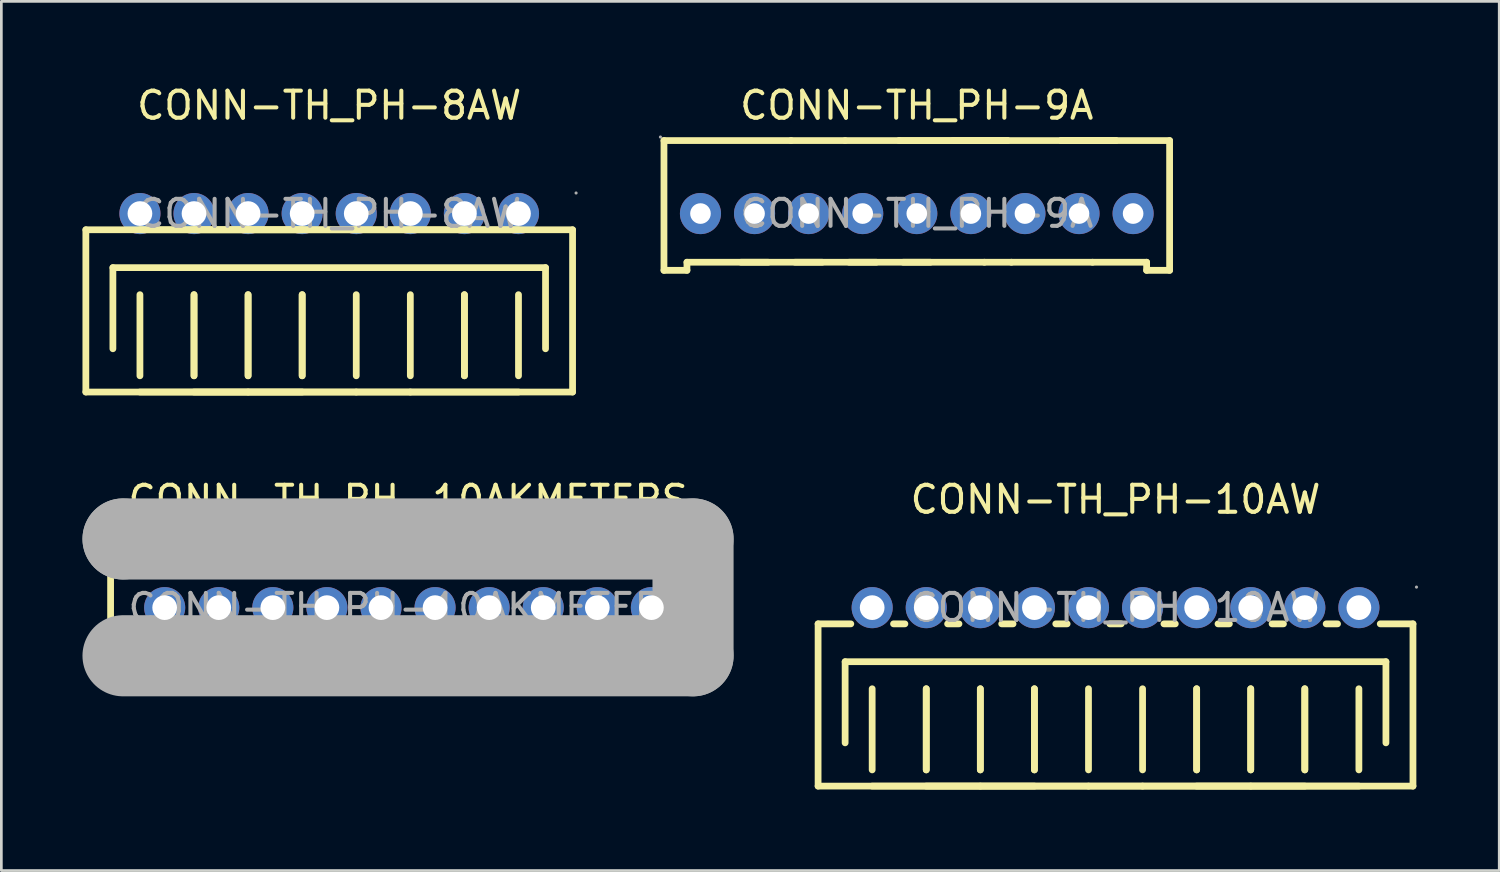
<source format=kicad_pcb>
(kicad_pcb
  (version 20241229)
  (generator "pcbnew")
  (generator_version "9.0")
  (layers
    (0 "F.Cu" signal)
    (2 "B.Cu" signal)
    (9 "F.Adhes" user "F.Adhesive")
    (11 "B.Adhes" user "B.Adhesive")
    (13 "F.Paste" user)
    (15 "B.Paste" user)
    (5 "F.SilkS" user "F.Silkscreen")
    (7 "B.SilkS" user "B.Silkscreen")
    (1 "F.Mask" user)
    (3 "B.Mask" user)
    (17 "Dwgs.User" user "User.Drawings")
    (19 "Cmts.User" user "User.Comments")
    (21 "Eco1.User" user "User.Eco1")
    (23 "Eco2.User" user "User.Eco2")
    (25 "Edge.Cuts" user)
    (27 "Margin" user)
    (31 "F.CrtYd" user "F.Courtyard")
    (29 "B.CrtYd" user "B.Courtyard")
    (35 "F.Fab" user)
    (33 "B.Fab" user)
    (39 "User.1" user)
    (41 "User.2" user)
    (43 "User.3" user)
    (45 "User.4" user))
  (footprint "CONN-TH_PH-10AW"
    (layer "F.Cu")
    (at 38.205 19.422)
    (property "Reference" "CONN-TH_PH-10AW" (at 0 -4 0) (layer "F.SilkS") (effects (font (size 1 1) (thickness 0.15))))
    (attr through_hole)
    (fp_line (start -11 0.6) (end -11 6.6) (stroke (width 0.25) (type solid)) (layer "F.SilkS"))
    (fp_line (start -10 2) (end -10 5) (stroke (width 0.25) (type solid)) (layer "F.SilkS"))
    (fp_line (start -9.79 0.6) (end -11 0.6) (stroke (width 0.25) (type solid)) (layer "F.SilkS"))
    (fp_line (start -9 6) (end -9 3) (stroke (width 0.25) (type solid)) (layer "F.SilkS"))
    (fp_line (start -7.79 0.6) (end -8.21 0.6) (stroke (width 0.25) (type solid)) (layer "F.SilkS"))
    (fp_line (start -7 3) (end -7 6) (stroke (width 0.25) (type solid)) (layer "F.SilkS"))
    (fp_line (start -7 6) (end -7 3) (stroke (width 0.25) (type solid)) (layer "F.SilkS"))
    (fp_line (start -5.79 0.6) (end -6.21 0.6) (stroke (width 0.25) (type solid)) (layer "F.SilkS"))
    (fp_line (start -5 3) (end -5 6) (stroke (width 0.25) (type solid)) (layer "F.SilkS"))
    (fp_line (start -5 6) (end -5 3) (stroke (width 0.25) (type solid)) (layer "F.SilkS"))
    (fp_line (start -5 6.6) (end -11 6.6) (stroke (width 0.25) (type solid)) (layer "F.SilkS"))
    (fp_line (start -3.79 0.6) (end -4.21 0.6) (stroke (width 0.25) (type solid)) (layer "F.SilkS"))
    (fp_line (start -3 3) (end -3 6) (stroke (width 0.25) (type solid)) (layer "F.SilkS"))
    (fp_line (start -3 6) (end -3 3) (stroke (width 0.25) (type solid)) (layer "F.SilkS"))
    (fp_line (start -3 6.6) (end -9 6.6) (stroke (width 0.25) (type solid)) (layer "F.SilkS"))
    (fp_line (start -1.79 0.6) (end -2.21 0.6) (stroke (width 0.25) (type solid)) (layer "F.SilkS"))
    (fp_line (start -1 3) (end -1 6) (stroke (width 0.25) (type solid)) (layer "F.SilkS"))
    (fp_line (start -1 6.6) (end -7 6.6) (stroke (width 0.25) (type solid)) (layer "F.SilkS"))
    (fp_line (start 0.21 0.6) (end -0.21 0.6) (stroke (width 0.25) (type solid)) (layer "F.SilkS"))
    (fp_line (start 1 6) (end 1 3) (stroke (width 0.25) (type solid)) (layer "F.SilkS"))
    (fp_line (start 1 6.6) (end -5 6.6) (stroke (width 0.25) (type solid)) (layer "F.SilkS"))
    (fp_line (start 2.21 0.6) (end 1.79 0.6) (stroke (width 0.25) (type solid)) (layer "F.SilkS"))
    (fp_line (start 3 3) (end 3 6) (stroke (width 0.25) (type solid)) (layer "F.SilkS"))
    (fp_line (start 3 6) (end 3 3) (stroke (width 0.25) (type solid)) (layer "F.SilkS"))
    (fp_line (start 4.21 0.6) (end 3.79 0.6) (stroke (width 0.25) (type solid)) (layer "F.SilkS"))
    (fp_line (start 5 3) (end 5 6) (stroke (width 0.25) (type solid)) (layer "F.SilkS"))
    (fp_line (start 5 6) (end 5 3) (stroke (width 0.25) (type solid)) (layer "F.SilkS"))
    (fp_line (start 5 6.6) (end -1 6.6) (stroke (width 0.25) (type solid)) (layer "F.SilkS"))
    (fp_line (start 6.21 0.6) (end 5.79 0.6) (stroke (width 0.25) (type solid)) (layer "F.SilkS"))
    (fp_line (start 7 3) (end 7 6) (stroke (width 0.25) (type solid)) (layer "F.SilkS"))
    (fp_line (start 7 6) (end 7 3) (stroke (width 0.25) (type solid)) (layer "F.SilkS"))
    (fp_line (start 7 6.6) (end 1 6.6) (stroke (width 0.25) (type solid)) (layer "F.SilkS"))
    (fp_line (start 8.21 0.6) (end 7.79 0.6) (stroke (width 0.25) (type solid)) (layer "F.SilkS"))
    (fp_line (start 9 3) (end 9 6) (stroke (width 0.25) (type solid)) (layer "F.SilkS"))
    (fp_line (start 9 6.6) (end 3 6.6) (stroke (width 0.25) (type solid)) (layer "F.SilkS"))
    (fp_line (start 10 2) (end -10 2) (stroke (width 0.25) (type solid)) (layer "F.SilkS"))
    (fp_line (start 10 5) (end 10 2) (stroke (width 0.25) (type solid)) (layer "F.SilkS"))
    (fp_line (start 11 0.6) (end 9.79 0.6) (stroke (width 0.25) (type solid)) (layer "F.SilkS"))
    (fp_line (start 11 0.6) (end 11 6.6) (stroke (width 0.25) (type solid)) (layer "F.SilkS"))
    (fp_line (start 11 6.6) (end 5 6.6) (stroke (width 0.25) (type solid)) (layer "F.SilkS"))
    (fp_circle (center -9 0) (end -8.82 0) (stroke (width 0.36) (type solid)) (fill no) (layer "F.Fab"))
    (fp_circle (center -7 0) (end -6.82 0) (stroke (width 0.36) (type solid)) (fill no) (layer "F.Fab"))
    (fp_circle (center -5 0) (end -4.82 0) (stroke (width 0.36) (type solid)) (fill no) (layer "F.Fab"))
    (fp_circle (center -3 0) (end -2.82 0) (stroke (width 0.36) (type solid)) (fill no) (layer "F.Fab"))
    (fp_circle (center -1 0) (end -0.82 0) (stroke (width 0.36) (type solid)) (fill no) (layer "F.Fab"))
    (fp_circle (center 1 0) (end 1.18 0) (stroke (width 0.36) (type solid)) (fill no) (layer "F.Fab"))
    (fp_circle (center 3 0) (end 3.18 0) (stroke (width 0.36) (type solid)) (fill no) (layer "F.Fab"))
    (fp_circle (center 5 0) (end 5.18 0) (stroke (width 0.36) (type solid)) (fill no) (layer "F.Fab"))
    (fp_circle (center 7 0) (end 7.18 0) (stroke (width 0.36) (type solid)) (fill no) (layer "F.Fab"))
    (fp_circle (center 9 0) (end 9.18 0) (stroke (width 0.36) (type solid)) (fill no) (layer "F.Fab"))
    (fp_circle (center 11.13 -0.76) (end 11.16 -0.76) (stroke (width 0.06) (type solid)) (fill no) (layer "F.Fab"))
    (fp_text user "${REFERENCE}" (at 0 0 0) (layer "F.Fab") (effects (font (size 1 1) (thickness 0.15))))
    (pad "1" thru_hole circle (at 9 0 180) (size 1.52 1.52) (drill 0.914) (layers "*.Cu" "*.Paste" "*.Mask"))
    (pad "2" thru_hole circle (at 7 0 180) (size 1.52 1.52) (drill 0.914) (layers "*.Cu" "*.Paste" "*.Mask"))
    (pad "3" thru_hole circle (at 5 0 180) (size 1.52 1.52) (drill 0.914) (layers "*.Cu" "*.Paste" "*.Mask"))
    (pad "4" thru_hole circle (at 3 0 180) (size 1.52 1.52) (drill 0.914) (layers "*.Cu" "*.Paste" "*.Mask"))
    (pad "5" thru_hole circle (at 1 0 180) (size 1.52 1.52) (drill 0.914) (layers "*.Cu" "*.Paste" "*.Mask"))
    (pad "6" thru_hole circle (at -1 0 180) (size 1.52 1.52) (drill 0.914) (layers "*.Cu" "*.Paste" "*.Mask"))
    (pad "7" thru_hole circle (at -3 0 180) (size 1.52 1.52) (drill 0.914) (layers "*.Cu" "*.Paste" "*.Mask"))
    (pad "8" thru_hole circle (at -5 0 180) (size 1.52 1.52) (drill 0.914) (layers "*.Cu" "*.Paste" "*.Mask"))
    (pad "9" thru_hole circle (at -7 0 180) (size 1.52 1.52) (drill 0.914) (layers "*.Cu" "*.Paste" "*.Mask"))
    (pad "10" thru_hole circle (at -9 0 180) (size 1.52 1.52) (drill 0.914) (layers "*.Cu" "*.Paste" "*.Mask")))
  (footprint "CONN-TH_PH-9A"
    (layer "F.Cu")
    (at 30.855 4.848)
    (property "Reference" "CONN-TH_PH-9A" (at 0 -4 0) (layer "F.SilkS") (effects (font (size 1 1) (thickness 0.15))))
    (attr through_hole)
    (fp_line (start -9.35 -2.7) (end -9.35 2.1) (stroke (width 0.25) (type solid)) (layer "F.SilkS"))
    (fp_line (start -9.35 2.1) (end -8.5 2.1) (stroke (width 0.25) (type solid)) (layer "F.SilkS"))
    (fp_line (start -8.5 1.8) (end -5.5 1.8) (stroke (width 0.25) (type solid)) (layer "F.SilkS"))
    (fp_line (start -8.5 2.1) (end -8.5 1.8) (stroke (width 0.25) (type solid)) (layer "F.SilkS"))
    (fp_line (start -4.65 -2.7) (end -9.35 -2.7) (stroke (width 0.25) (type solid)) (layer "F.SilkS"))
    (fp_line (start -3.5 1.8) (end -6.5 1.8) (stroke (width 0.25) (type solid)) (layer "F.SilkS"))
    (fp_line (start -2.65 -2.7) (end -4.65 -2.7) (stroke (width 0.25) (type solid)) (layer "F.SilkS"))
    (fp_line (start -1.5 1.8) (end -4.5 1.8) (stroke (width 0.25) (type solid)) (layer "F.SilkS"))
    (fp_line (start -0.65 -2.7) (end -2.65 -2.7) (stroke (width 0.25) (type solid)) (layer "F.SilkS"))
    (fp_line (start -0.5 1.8) (end 2.5 1.8) (stroke (width 0.25) (type solid)) (layer "F.SilkS"))
    (fp_line (start 0.5 1.8) (end -2.5 1.8) (stroke (width 0.25) (type solid)) (layer "F.SilkS"))
    (fp_line (start 1.35 -2.7) (end -0.65 -2.7) (stroke (width 0.25) (type solid)) (layer "F.SilkS"))
    (fp_line (start 1.35 -2.7) (end -0.65 -2.7) (stroke (width 0.25) (type solid)) (layer "F.SilkS"))
    (fp_line (start 1.35 -2.7) (end 3.35 -2.7) (stroke (width 0.25) (type solid)) (layer "F.SilkS"))
    (fp_line (start 2.5 1.8) (end 3.5 1.8) (stroke (width 0.25) (type solid)) (layer "F.SilkS"))
    (fp_line (start 3.35 -2.7) (end 1.35 -2.7) (stroke (width 0.25) (type solid)) (layer "F.SilkS"))
    (fp_line (start 3.35 -2.7) (end 1.35 -2.7) (stroke (width 0.25) (type solid)) (layer "F.SilkS"))
    (fp_line (start 3.5 1.8) (end 6.5 1.8) (stroke (width 0.25) (type solid)) (layer "F.SilkS"))
    (fp_line (start 5.35 -2.7) (end 3.35 -2.7) (stroke (width 0.25) (type solid)) (layer "F.SilkS"))
    (fp_line (start 5.35 -2.7) (end 7.35 -2.7) (stroke (width 0.25) (type solid)) (layer "F.SilkS"))
    (fp_line (start 5.35 -2.7) (end 7.35 -2.7) (stroke (width 0.25) (type solid)) (layer "F.SilkS"))
    (fp_line (start 6.5 1.8) (end 8.5 1.8) (stroke (width 0.25) (type solid)) (layer "F.SilkS"))
    (fp_line (start 7.35 -2.7) (end 5.35 -2.7) (stroke (width 0.25) (type solid)) (layer "F.SilkS"))
    (fp_line (start 7.35 -2.7) (end 5.35 -2.7) (stroke (width 0.25) (type solid)) (layer "F.SilkS"))
    (fp_line (start 7.35 -2.7) (end 5.35 -2.7) (stroke (width 0.25) (type solid)) (layer "F.SilkS"))
    (fp_line (start 8.5 1.8) (end 8.5 2.1) (stroke (width 0.25) (type solid)) (layer "F.SilkS"))
    (fp_line (start 8.5 2.1) (end 9.35 2.1) (stroke (width 0.25) (type solid)) (layer "F.SilkS"))
    (fp_line (start 9.35 -2.7) (end 7.35 -2.7) (stroke (width 0.25) (type solid)) (layer "F.SilkS"))
    (fp_line (start 9.35 2.1) (end 9.35 -2.7) (stroke (width 0.25) (type solid)) (layer "F.SilkS"))
    (fp_circle (center -9.48 -2.83) (end -9.45 -2.83) (stroke (width 0.06) (type solid)) (fill no) (layer "F.Fab"))
    (fp_circle (center -8 0) (end -7.86 0) (stroke (width 0.28) (type solid)) (fill no) (layer "F.Fab"))
    (fp_circle (center -6 0) (end -5.86 0) (stroke (width 0.28) (type solid)) (fill no) (layer "F.Fab"))
    (fp_circle (center -4 0) (end -3.86 0) (stroke (width 0.28) (type solid)) (fill no) (layer "F.Fab"))
    (fp_circle (center -2 0) (end -1.86 0) (stroke (width 0.28) (type solid)) (fill no) (layer "F.Fab"))
    (fp_circle (center 0 0) (end 0.14 0) (stroke (width 0.28) (type solid)) (fill no) (layer "F.Fab"))
    (fp_circle (center 2 0) (end 2.14 0) (stroke (width 0.28) (type solid)) (fill no) (layer "F.Fab"))
    (fp_circle (center 4 0) (end 4.14 0) (stroke (width 0.28) (type solid)) (fill no) (layer "F.Fab"))
    (fp_circle (center 6 0) (end 6.14 0) (stroke (width 0.28) (type solid)) (fill no) (layer "F.Fab"))
    (fp_circle (center 8 0) (end 8.14 0) (stroke (width 0.28) (type solid)) (fill no) (layer "F.Fab"))
    (fp_text user "${REFERENCE}" (at 0 0 0) (layer "F.Fab") (effects (font (size 1 1) (thickness 0.15))))
    (pad "1" thru_hole circle (at -8 0) (size 1.52 1.52) (drill 0.762) (layers "*.Cu" "*.Paste" "*.Mask"))
    (pad "2" thru_hole circle (at -6 0) (size 1.52 1.52) (drill 0.762) (layers "*.Cu" "*.Paste" "*.Mask"))
    (pad "3" thru_hole circle (at -4 0) (size 1.52 1.52) (drill 0.762) (layers "*.Cu" "*.Paste" "*.Mask"))
    (pad "4" thru_hole circle (at -2 0) (size 1.52 1.52) (drill 0.762) (layers "*.Cu" "*.Paste" "*.Mask"))
    (pad "5" thru_hole circle (at 0 0) (size 1.52 1.52) (drill 0.762) (layers "*.Cu" "*.Paste" "*.Mask"))
    (pad "6" thru_hole circle (at 2 0) (size 1.52 1.52) (drill 0.762) (layers "*.Cu" "*.Paste" "*.Mask"))
    (pad "7" thru_hole circle (at 4 0) (size 1.52 1.52) (drill 0.762) (layers "*.Cu" "*.Paste" "*.Mask"))
    (pad "8" thru_hole circle (at 6 0) (size 1.52 1.52) (drill 0.762) (layers "*.Cu" "*.Paste" "*.Mask"))
    (pad "9" thru_hole circle (at 8 0) (size 1.52 1.52) (drill 0.762) (layers "*.Cu" "*.Paste" "*.Mask")))
  (footprint "CONN-TH_PH-10AKMETERS"
    (layer "F.Cu")
    (at 12.04 19.422)
    (property "Reference" "CONN-TH_PH-10AKMETERS" (at 0 -4 0) (layer "F.SilkS") (effects (font (size 1 1) (thickness 0.15))))
    (attr through_hole)
    (fp_line (start -11 -3) (end -5 -3) (stroke (width 0.25) (type solid)) (layer "F.SilkS"))
    (fp_line (start -11 2) (end -11 -3) (stroke (width 0.25) (type solid)) (layer "F.SilkS"))
    (fp_line (start -11 2) (end -5 2) (stroke (width 0.25) (type solid)) (layer "F.SilkS"))
    (fp_line (start -7 -3) (end -1 -3) (stroke (width 0.25) (type solid)) (layer "F.SilkS"))
    (fp_line (start -7 2) (end -1 2) (stroke (width 0.25) (type solid)) (layer "F.SilkS"))
    (fp_line (start -3 -3) (end 3 -3) (stroke (width 0.25) (type solid)) (layer "F.SilkS"))
    (fp_line (start -3 2) (end 3 2) (stroke (width 0.25) (type solid)) (layer "F.SilkS"))
    (fp_line (start 1 -3) (end 7 -3) (stroke (width 0.25) (type solid)) (layer "F.SilkS"))
    (fp_line (start 1 2) (end 7 2) (stroke (width 0.25) (type solid)) (layer "F.SilkS"))
    (fp_line (start 5 -3) (end 11 -3) (stroke (width 0.25) (type solid)) (layer "F.SilkS"))
    (fp_line (start 5 2) (end 11 2) (stroke (width 0.25) (type solid)) (layer "F.SilkS"))
    (fp_line (start 9 -3) (end 11 -3) (stroke (width 0.25) (type solid)) (layer "F.SilkS"))
    (fp_line (start 9 2) (end 11 2) (stroke (width 0.25) (type solid)) (layer "F.SilkS"))
    (fp_line (start 11 2) (end 11 -3) (stroke (width 0.25) (type solid)) (layer "F.SilkS"))
    (fp_line (start -10.54 -2.54) (end -10.54 -2.54) (stroke (width 3) (type solid)) (layer "F.Fab"))
    (fp_line (start -10.54 -2.54) (end 10.54 -2.54) (stroke (width 3) (type solid)) (layer "F.Fab"))
    (fp_line (start 10.54 -2.54) (end 10.54 1.78) (stroke (width 3) (type solid)) (layer "F.Fab"))
    (fp_line (start 10.54 1.78) (end -10.54 1.78) (stroke (width 3) (type solid)) (layer "F.Fab"))
    (fp_circle (center -11.13 2.13) (end -11.1 2.13) (stroke (width 0.06) (type solid)) (fill no) (layer "F.Fab"))
    (fp_circle (center -9 0) (end -8.82 0) (stroke (width 0.36) (type solid)) (fill no) (layer "F.Fab"))
    (fp_circle (center -7 0) (end -6.82 0) (stroke (width 0.36) (type solid)) (fill no) (layer "F.Fab"))
    (fp_circle (center -5 0) (end -4.82 0) (stroke (width 0.36) (type solid)) (fill no) (layer "F.Fab"))
    (fp_circle (center -3 0) (end -2.82 0) (stroke (width 0.36) (type solid)) (fill no) (layer "F.Fab"))
    (fp_circle (center -1 0) (end -0.82 0) (stroke (width 0.36) (type solid)) (fill no) (layer "F.Fab"))
    (fp_circle (center 1 0) (end 1.18 0) (stroke (width 0.36) (type solid)) (fill no) (layer "F.Fab"))
    (fp_circle (center 3 0) (end 3.18 0) (stroke (width 0.36) (type solid)) (fill no) (layer "F.Fab"))
    (fp_circle (center 5 0) (end 5.18 0) (stroke (width 0.36) (type solid)) (fill no) (layer "F.Fab"))
    (fp_circle (center 7 0) (end 7.18 0) (stroke (width 0.36) (type solid)) (fill no) (layer "F.Fab"))
    (fp_circle (center 9 0) (end 9.18 0) (stroke (width 0.36) (type solid)) (fill no) (layer "F.Fab"))
    (fp_text user "${REFERENCE}" (at 0 0 0) (layer "F.Fab") (effects (font (size 1 1) (thickness 0.15))))
    (pad "1" thru_hole circle (at -9 0) (size 1.52 1.52) (drill 0.914) (layers "*.Cu" "*.Paste" "*.Mask"))
    (pad "2" thru_hole circle (at -7 0) (size 1.52 1.52) (drill 0.914) (layers "*.Cu" "*.Paste" "*.Mask"))
    (pad "3" thru_hole circle (at -5 0) (size 1.52 1.52) (drill 0.914) (layers "*.Cu" "*.Paste" "*.Mask"))
    (pad "4" thru_hole circle (at -3 0) (size 1.52 1.52) (drill 0.914) (layers "*.Cu" "*.Paste" "*.Mask"))
    (pad "5" thru_hole circle (at -1 0) (size 1.52 1.52) (drill 0.914) (layers "*.Cu" "*.Paste" "*.Mask"))
    (pad "6" thru_hole circle (at 1 0) (size 1.52 1.52) (drill 0.914) (layers "*.Cu" "*.Paste" "*.Mask"))
    (pad "7" thru_hole circle (at 3 0) (size 1.52 1.52) (drill 0.914) (layers "*.Cu" "*.Paste" "*.Mask"))
    (pad "8" thru_hole circle (at 5 0) (size 1.52 1.52) (drill 0.914) (layers "*.Cu" "*.Paste" "*.Mask"))
    (pad "9" thru_hole circle (at 7 0) (size 1.52 1.52) (drill 0.914) (layers "*.Cu" "*.Paste" "*.Mask"))
    (pad "10" thru_hole circle (at 9 0) (size 1.52 1.52) (drill 0.914) (layers "*.Cu" "*.Paste" "*.Mask")))
  (footprint "CONN-TH_PH-8AW"
    (layer "F.Cu")
    (at 9.125 4.848)
    (property "Reference" "CONN-TH_PH-8AW" (at 0 -4 0) (layer "F.SilkS") (effects (font (size 1 1) (thickness 0.15))))
    (attr through_hole)
    (fp_line (start -9 0.6) (end -9 6.6) (stroke (width 0.25) (type solid)) (layer "F.SilkS"))
    (fp_line (start -8 2) (end -8 5) (stroke (width 0.25) (type solid)) (layer "F.SilkS"))
    (fp_line (start -7 6) (end -7 3) (stroke (width 0.25) (type solid)) (layer "F.SilkS"))
    (fp_line (start -5 3) (end -5 6) (stroke (width 0.25) (type solid)) (layer "F.SilkS"))
    (fp_line (start -5 6) (end -5 3) (stroke (width 0.25) (type solid)) (layer "F.SilkS"))
    (fp_line (start -3 0.6) (end -9 0.6) (stroke (width 0.25) (type solid)) (layer "F.SilkS"))
    (fp_line (start -3 3) (end -3 6) (stroke (width 0.25) (type solid)) (layer "F.SilkS"))
    (fp_line (start -3 6) (end -3 3) (stroke (width 0.25) (type solid)) (layer "F.SilkS"))
    (fp_line (start -3 6.6) (end -9 6.6) (stroke (width 0.25) (type solid)) (layer "F.SilkS"))
    (fp_line (start -1 0.6) (end -7 0.6) (stroke (width 0.25) (type solid)) (layer "F.SilkS"))
    (fp_line (start -1 3) (end -1 6) (stroke (width 0.25) (type solid)) (layer "F.SilkS"))
    (fp_line (start -1 6) (end -1 3) (stroke (width 0.25) (type solid)) (layer "F.SilkS"))
    (fp_line (start -1 6.6) (end -7 6.6) (stroke (width 0.25) (type solid)) (layer "F.SilkS"))
    (fp_line (start 1 0.6) (end -5 0.6) (stroke (width 0.25) (type solid)) (layer "F.SilkS"))
    (fp_line (start 1 3) (end 1 6) (stroke (width 0.25) (type solid)) (layer "F.SilkS"))
    (fp_line (start 1 6.6) (end -5 6.6) (stroke (width 0.25) (type solid)) (layer "F.SilkS"))
    (fp_line (start 3 0.6) (end -3 0.6) (stroke (width 0.25) (type solid)) (layer "F.SilkS"))
    (fp_line (start 3 6) (end 3 3) (stroke (width 0.25) (type solid)) (layer "F.SilkS"))
    (fp_line (start 3 6.6) (end -3 6.6) (stroke (width 0.25) (type solid)) (layer "F.SilkS"))
    (fp_line (start 5 3) (end 5 6) (stroke (width 0.25) (type solid)) (layer "F.SilkS"))
    (fp_line (start 5 6) (end 5 3) (stroke (width 0.25) (type solid)) (layer "F.SilkS"))
    (fp_line (start 7 0.6) (end 1 0.6) (stroke (width 0.25) (type solid)) (layer "F.SilkS"))
    (fp_line (start 7 3) (end 7 6) (stroke (width 0.25) (type solid)) (layer "F.SilkS"))
    (fp_line (start 7 6.6) (end 1 6.6) (stroke (width 0.25) (type solid)) (layer "F.SilkS"))
    (fp_line (start 8 2) (end -8 2) (stroke (width 0.25) (type solid)) (layer "F.SilkS"))
    (fp_line (start 8 5) (end 8 2) (stroke (width 0.25) (type solid)) (layer "F.SilkS"))
    (fp_line (start 9 0.6) (end 3 0.6) (stroke (width 0.25) (type solid)) (layer "F.SilkS"))
    (fp_line (start 9 0.6) (end 9 6.6) (stroke (width 0.25) (type solid)) (layer "F.SilkS"))
    (fp_line (start 9 6.6) (end 3 6.6) (stroke (width 0.25) (type solid)) (layer "F.SilkS"))
    (fp_circle (center -7 0) (end -6.82 0) (stroke (width 0.36) (type solid)) (fill no) (layer "F.Fab"))
    (fp_circle (center -5 0) (end -4.82 0) (stroke (width 0.36) (type solid)) (fill no) (layer "F.Fab"))
    (fp_circle (center -3 0) (end -2.82 0) (stroke (width 0.36) (type solid)) (fill no) (layer "F.Fab"))
    (fp_circle (center -1 0) (end -0.82 0) (stroke (width 0.36) (type solid)) (fill no) (layer "F.Fab"))
    (fp_circle (center 1 0) (end 1.18 0) (stroke (width 0.36) (type solid)) (fill no) (layer "F.Fab"))
    (fp_circle (center 3 0) (end 3.18 0) (stroke (width 0.36) (type solid)) (fill no) (layer "F.Fab"))
    (fp_circle (center 5 0) (end 5.18 0) (stroke (width 0.36) (type solid)) (fill no) (layer "F.Fab"))
    (fp_circle (center 7 0) (end 7.18 0) (stroke (width 0.36) (type solid)) (fill no) (layer "F.Fab"))
    (fp_circle (center 9.13 -0.76) (end 9.16 -0.76) (stroke (width 0.06) (type solid)) (fill no) (layer "F.Fab"))
    (fp_text user "${REFERENCE}" (at 0 0 0) (layer "F.Fab") (effects (font (size 1 1) (thickness 0.15))))
    (pad "1" thru_hole circle (at 7 0 180) (size 1.52 1.52) (drill 0.914) (layers "*.Cu" "*.Paste" "*.Mask"))
    (pad "2" thru_hole circle (at 5 0 180) (size 1.52 1.52) (drill 0.914) (layers "*.Cu" "*.Paste" "*.Mask"))
    (pad "3" thru_hole circle (at 3 0 180) (size 1.52 1.52) (drill 0.914) (layers "*.Cu" "*.Paste" "*.Mask"))
    (pad "4" thru_hole circle (at 1 0 180) (size 1.52 1.52) (drill 0.914) (layers "*.Cu" "*.Paste" "*.Mask"))
    (pad "5" thru_hole circle (at -1 0 180) (size 1.52 1.52) (drill 0.914) (layers "*.Cu" "*.Paste" "*.Mask"))
    (pad "6" thru_hole circle (at -3 0 180) (size 1.52 1.52) (drill 0.914) (layers "*.Cu" "*.Paste" "*.Mask"))
    (pad "7" thru_hole circle (at -5 0 180) (size 1.52 1.52) (drill 0.914) (layers "*.Cu" "*.Paste" "*.Mask"))
    (pad "8" thru_hole circle (at -7 0 180) (size 1.52 1.52) (drill 0.914) (layers "*.Cu" "*.Paste" "*.Mask")))
  (gr_rect
    (start -3 -3)
    (end 52.395 29.146)
    (stroke (width 0.1) (type default))
    (fill no)
    (layer "Edge.Cuts")))
</source>
